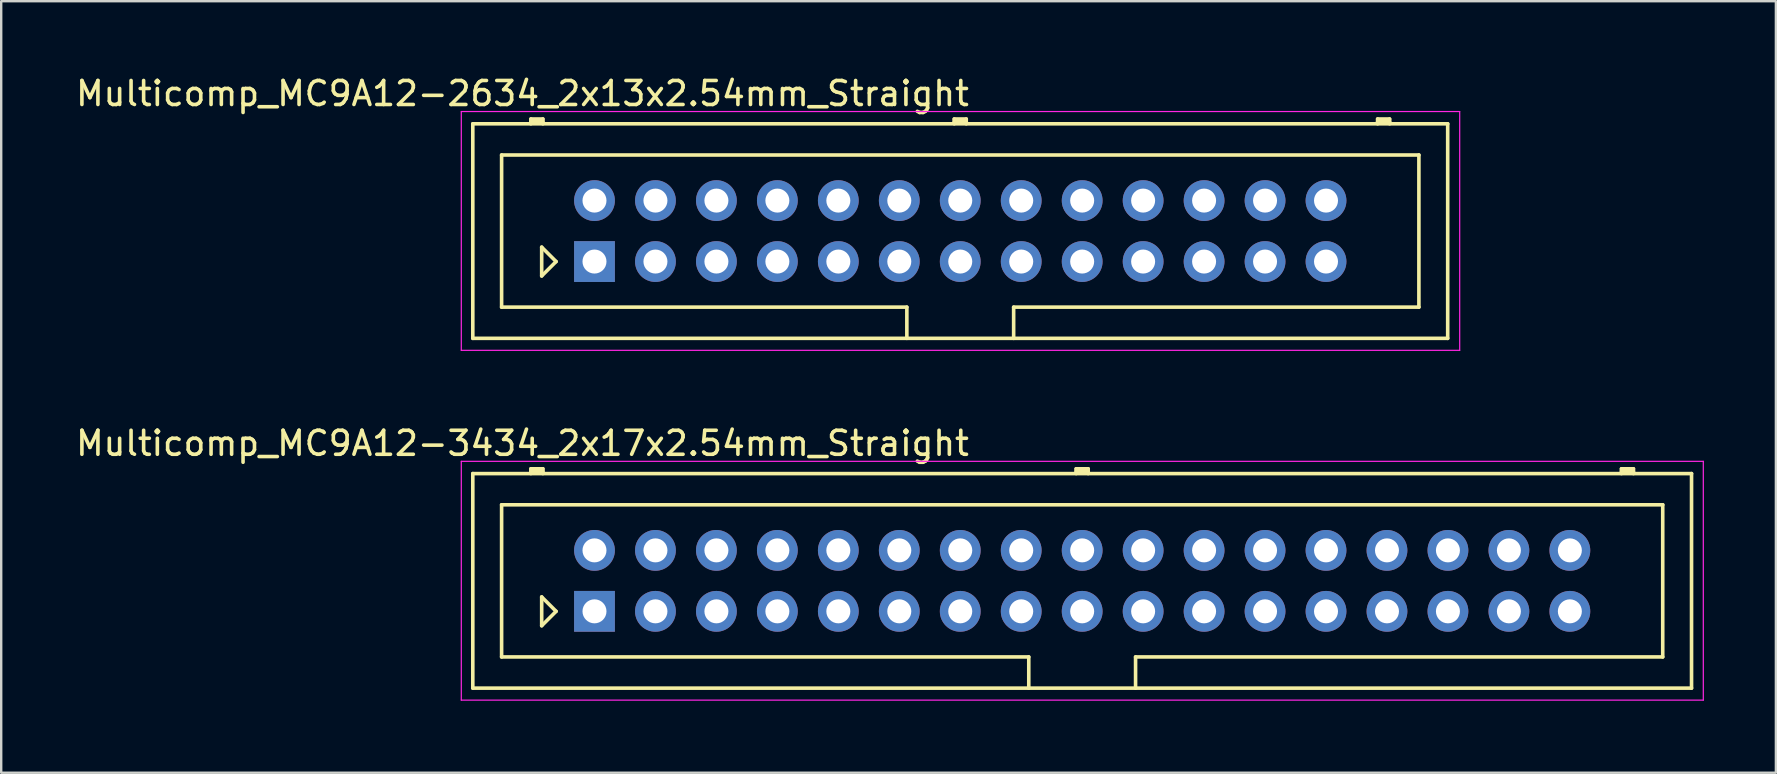
<source format=kicad_pcb>
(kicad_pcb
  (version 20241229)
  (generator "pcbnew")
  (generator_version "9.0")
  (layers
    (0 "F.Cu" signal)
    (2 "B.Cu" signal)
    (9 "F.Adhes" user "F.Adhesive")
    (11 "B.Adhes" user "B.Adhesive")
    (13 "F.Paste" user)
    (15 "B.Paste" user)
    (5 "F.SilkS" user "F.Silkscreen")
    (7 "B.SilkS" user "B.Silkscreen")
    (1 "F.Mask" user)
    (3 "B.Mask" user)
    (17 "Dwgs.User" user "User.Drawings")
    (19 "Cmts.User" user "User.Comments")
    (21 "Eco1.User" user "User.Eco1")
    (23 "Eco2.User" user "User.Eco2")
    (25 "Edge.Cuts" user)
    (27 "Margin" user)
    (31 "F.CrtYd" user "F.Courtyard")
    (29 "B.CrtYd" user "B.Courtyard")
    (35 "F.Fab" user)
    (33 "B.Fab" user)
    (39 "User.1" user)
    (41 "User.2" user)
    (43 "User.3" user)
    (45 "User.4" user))
  (footprint "Multicomp_MC9A12-2634_2x13x2.54mm_Straight"
    (layer "F.Cu")
    (at 21.72 7.848)
    (property "Reference" "Multicomp_MC9A12-2634_2x13x2.54mm_Straight" (at -3 -7 0) (layer "F.SilkS") (effects (font (size 1 1) (thickness 0.15))))
    (attr through_hole)
    (fp_line (start -5.07 -5.74) (end 35.55 -5.74) (stroke (width 0.15) (type solid)) (layer "F.SilkS"))
    (fp_line (start -5.07 3.2) (end -5.07 -5.74) (stroke (width 0.15) (type solid)) (layer "F.SilkS"))
    (fp_line (start -3.87 -4.44) (end 34.35 -4.44) (stroke (width 0.15) (type solid)) (layer "F.SilkS"))
    (fp_line (start -3.87 1.9) (end -3.87 -4.44) (stroke (width 0.15) (type solid)) (layer "F.SilkS"))
    (fp_line (start -2.65 -5.94) (end -2.15 -5.94) (stroke (width 0.15) (type solid)) (layer "F.SilkS"))
    (fp_line (start -2.65 -5.84) (end -2.15 -5.84) (stroke (width 0.15) (type solid)) (layer "F.SilkS"))
    (fp_line (start -2.65 -5.74) (end -2.65 -5.94) (stroke (width 0.15) (type solid)) (layer "F.SilkS"))
    (fp_line (start -2.2 -0.6) (end -1.6 0) (stroke (width 0.15) (type solid)) (layer "F.SilkS"))
    (fp_line (start -2.2 0.6) (end -2.2 -0.6) (stroke (width 0.15) (type solid)) (layer "F.SilkS"))
    (fp_line (start -2.15 -5.94) (end -2.15 -5.74) (stroke (width 0.15) (type solid)) (layer "F.SilkS"))
    (fp_line (start -1.6 0) (end -2.2 0.6) (stroke (width 0.15) (type solid)) (layer "F.SilkS"))
    (fp_line (start 13.015 1.9) (end -3.87 1.9) (stroke (width 0.15) (type solid)) (layer "F.SilkS"))
    (fp_line (start 13.015 3.2) (end 13.015 1.9) (stroke (width 0.15) (type solid)) (layer "F.SilkS"))
    (fp_line (start 14.99 -5.94) (end 15.49 -5.94) (stroke (width 0.15) (type solid)) (layer "F.SilkS"))
    (fp_line (start 14.99 -5.84) (end 15.49 -5.84) (stroke (width 0.15) (type solid)) (layer "F.SilkS"))
    (fp_line (start 14.99 -5.74) (end 14.99 -5.94) (stroke (width 0.15) (type solid)) (layer "F.SilkS"))
    (fp_line (start 15.49 -5.94) (end 15.49 -5.74) (stroke (width 0.15) (type solid)) (layer "F.SilkS"))
    (fp_line (start 17.465 1.9) (end 17.465 3.2) (stroke (width 0.15) (type solid)) (layer "F.SilkS"))
    (fp_line (start 32.63 -5.94) (end 33.13 -5.94) (stroke (width 0.15) (type solid)) (layer "F.SilkS"))
    (fp_line (start 32.63 -5.84) (end 33.13 -5.84) (stroke (width 0.15) (type solid)) (layer "F.SilkS"))
    (fp_line (start 32.63 -5.74) (end 32.63 -5.94) (stroke (width 0.15) (type solid)) (layer "F.SilkS"))
    (fp_line (start 33.13 -5.94) (end 33.13 -5.74) (stroke (width 0.15) (type solid)) (layer "F.SilkS"))
    (fp_line (start 34.35 -4.44) (end 34.35 1.9) (stroke (width 0.15) (type solid)) (layer "F.SilkS"))
    (fp_line (start 34.35 1.9) (end 17.465 1.9) (stroke (width 0.15) (type solid)) (layer "F.SilkS"))
    (fp_line (start 35.55 -5.74) (end 35.55 3.2) (stroke (width 0.15) (type solid)) (layer "F.SilkS"))
    (fp_line (start 35.55 3.2) (end -5.07 3.2) (stroke (width 0.15) (type solid)) (layer "F.SilkS"))
    (fp_line (start -5.55 -6.25) (end 36.05 -6.25) (stroke (width 0.05) (type solid)) (layer "F.CrtYd"))
    (fp_line (start -5.55 3.7) (end -5.55 -6.25) (stroke (width 0.05) (type solid)) (layer "F.CrtYd"))
    (fp_line (start 36.05 -6.25) (end 36.05 3.7) (stroke (width 0.05) (type solid)) (layer "F.CrtYd"))
    (fp_line (start 36.05 3.7) (end -5.55 3.7) (stroke (width 0.05) (type solid)) (layer "F.CrtYd"))
    (pad "1" thru_hole rect (at 0 0) (size 1.7 1.7) (drill 1) (layers "*.Cu" "*.Mask"))
    (pad "2" thru_hole circle (at 0 -2.54) (size 1.7 1.7) (drill 1) (layers "*.Cu" "*.Mask"))
    (pad "3" thru_hole circle (at 2.54 0) (size 1.7 1.7) (drill 1) (layers "*.Cu" "*.Mask"))
    (pad "4" thru_hole circle (at 2.54 -2.54) (size 1.7 1.7) (drill 1) (layers "*.Cu" "*.Mask"))
    (pad "5" thru_hole circle (at 5.08 0) (size 1.7 1.7) (drill 1) (layers "*.Cu" "*.Mask"))
    (pad "6" thru_hole circle (at 5.08 -2.54) (size 1.7 1.7) (drill 1) (layers "*.Cu" "*.Mask"))
    (pad "7" thru_hole circle (at 7.62 0) (size 1.7 1.7) (drill 1) (layers "*.Cu" "*.Mask"))
    (pad "8" thru_hole circle (at 7.62 -2.54) (size 1.7 1.7) (drill 1) (layers "*.Cu" "*.Mask"))
    (pad "9" thru_hole circle (at 10.16 0) (size 1.7 1.7) (drill 1) (layers "*.Cu" "*.Mask"))
    (pad "10" thru_hole circle (at 10.16 -2.54) (size 1.7 1.7) (drill 1) (layers "*.Cu" "*.Mask"))
    (pad "11" thru_hole circle (at 12.7 0) (size 1.7 1.7) (drill 1) (layers "*.Cu" "*.Mask"))
    (pad "12" thru_hole circle (at 12.7 -2.54) (size 1.7 1.7) (drill 1) (layers "*.Cu" "*.Mask"))
    (pad "13" thru_hole circle (at 15.24 0) (size 1.7 1.7) (drill 1) (layers "*.Cu" "*.Mask"))
    (pad "14" thru_hole circle (at 15.24 -2.54) (size 1.7 1.7) (drill 1) (layers "*.Cu" "*.Mask"))
    (pad "15" thru_hole circle (at 17.78 0) (size 1.7 1.7) (drill 1) (layers "*.Cu" "*.Mask"))
    (pad "16" thru_hole circle (at 17.78 -2.54) (size 1.7 1.7) (drill 1) (layers "*.Cu" "*.Mask"))
    (pad "17" thru_hole circle (at 20.32 0) (size 1.7 1.7) (drill 1) (layers "*.Cu" "*.Mask"))
    (pad "18" thru_hole circle (at 20.32 -2.54) (size 1.7 1.7) (drill 1) (layers "*.Cu" "*.Mask"))
    (pad "19" thru_hole circle (at 22.86 0) (size 1.7 1.7) (drill 1) (layers "*.Cu" "*.Mask"))
    (pad "20" thru_hole circle (at 22.86 -2.54) (size 1.7 1.7) (drill 1) (layers "*.Cu" "*.Mask"))
    (pad "21" thru_hole circle (at 25.4 0) (size 1.7 1.7) (drill 1) (layers "*.Cu" "*.Mask"))
    (pad "22" thru_hole circle (at 25.4 -2.54) (size 1.7 1.7) (drill 1) (layers "*.Cu" "*.Mask"))
    (pad "23" thru_hole circle (at 27.94 0) (size 1.7 1.7) (drill 1) (layers "*.Cu" "*.Mask"))
    (pad "24" thru_hole circle (at 27.94 -2.54) (size 1.7 1.7) (drill 1) (layers "*.Cu" "*.Mask"))
    (pad "25" thru_hole circle (at 30.48 0) (size 1.7 1.7) (drill 1) (layers "*.Cu" "*.Mask"))
    (pad "26" thru_hole circle (at 30.48 -2.54) (size 1.7 1.7) (drill 1) (layers "*.Cu" "*.Mask")))
  (footprint "Multicomp_MC9A12-3434_2x17x2.54mm_Straight"
    (layer "F.Cu")
    (at 21.72 22.422)
    (property "Reference" "Multicomp_MC9A12-3434_2x17x2.54mm_Straight" (at -3 -7 0) (layer "F.SilkS") (effects (font (size 1 1) (thickness 0.15))))
    (attr through_hole)
    (fp_line (start -5.07 -5.74) (end 45.71 -5.74) (stroke (width 0.15) (type solid)) (layer "F.SilkS"))
    (fp_line (start -5.07 3.2) (end -5.07 -5.74) (stroke (width 0.15) (type solid)) (layer "F.SilkS"))
    (fp_line (start -3.87 -4.44) (end 44.51 -4.44) (stroke (width 0.15) (type solid)) (layer "F.SilkS"))
    (fp_line (start -3.87 1.9) (end -3.87 -4.44) (stroke (width 0.15) (type solid)) (layer "F.SilkS"))
    (fp_line (start -2.65 -5.94) (end -2.15 -5.94) (stroke (width 0.15) (type solid)) (layer "F.SilkS"))
    (fp_line (start -2.65 -5.84) (end -2.15 -5.84) (stroke (width 0.15) (type solid)) (layer "F.SilkS"))
    (fp_line (start -2.65 -5.74) (end -2.65 -5.94) (stroke (width 0.15) (type solid)) (layer "F.SilkS"))
    (fp_line (start -2.2 -0.6) (end -1.6 0) (stroke (width 0.15) (type solid)) (layer "F.SilkS"))
    (fp_line (start -2.2 0.6) (end -2.2 -0.6) (stroke (width 0.15) (type solid)) (layer "F.SilkS"))
    (fp_line (start -2.15 -5.94) (end -2.15 -5.74) (stroke (width 0.15) (type solid)) (layer "F.SilkS"))
    (fp_line (start -1.6 0) (end -2.2 0.6) (stroke (width 0.15) (type solid)) (layer "F.SilkS"))
    (fp_line (start 18.095 1.9) (end -3.87 1.9) (stroke (width 0.15) (type solid)) (layer "F.SilkS"))
    (fp_line (start 18.095 3.2) (end 18.095 1.9) (stroke (width 0.15) (type solid)) (layer "F.SilkS"))
    (fp_line (start 20.07 -5.94) (end 20.57 -5.94) (stroke (width 0.15) (type solid)) (layer "F.SilkS"))
    (fp_line (start 20.07 -5.84) (end 20.57 -5.84) (stroke (width 0.15) (type solid)) (layer "F.SilkS"))
    (fp_line (start 20.07 -5.74) (end 20.07 -5.94) (stroke (width 0.15) (type solid)) (layer "F.SilkS"))
    (fp_line (start 20.57 -5.94) (end 20.57 -5.74) (stroke (width 0.15) (type solid)) (layer "F.SilkS"))
    (fp_line (start 22.545 1.9) (end 22.545 3.2) (stroke (width 0.15) (type solid)) (layer "F.SilkS"))
    (fp_line (start 42.79 -5.94) (end 43.29 -5.94) (stroke (width 0.15) (type solid)) (layer "F.SilkS"))
    (fp_line (start 42.79 -5.84) (end 43.29 -5.84) (stroke (width 0.15) (type solid)) (layer "F.SilkS"))
    (fp_line (start 42.79 -5.74) (end 42.79 -5.94) (stroke (width 0.15) (type solid)) (layer "F.SilkS"))
    (fp_line (start 43.29 -5.94) (end 43.29 -5.74) (stroke (width 0.15) (type solid)) (layer "F.SilkS"))
    (fp_line (start 44.51 -4.44) (end 44.51 1.9) (stroke (width 0.15) (type solid)) (layer "F.SilkS"))
    (fp_line (start 44.51 1.9) (end 22.545 1.9) (stroke (width 0.15) (type solid)) (layer "F.SilkS"))
    (fp_line (start 45.71 -5.74) (end 45.71 3.2) (stroke (width 0.15) (type solid)) (layer "F.SilkS"))
    (fp_line (start 45.71 3.2) (end -5.07 3.2) (stroke (width 0.15) (type solid)) (layer "F.SilkS"))
    (fp_line (start -5.55 -6.25) (end 46.2 -6.25) (stroke (width 0.05) (type solid)) (layer "F.CrtYd"))
    (fp_line (start -5.55 3.7) (end -5.55 -6.25) (stroke (width 0.05) (type solid)) (layer "F.CrtYd"))
    (fp_line (start 46.2 -6.25) (end 46.2 3.7) (stroke (width 0.05) (type solid)) (layer "F.CrtYd"))
    (fp_line (start 46.2 3.7) (end -5.55 3.7) (stroke (width 0.05) (type solid)) (layer "F.CrtYd"))
    (pad "1" thru_hole rect (at 0 0) (size 1.7 1.7) (drill 1) (layers "*.Cu" "*.Mask"))
    (pad "2" thru_hole circle (at 0 -2.54) (size 1.7 1.7) (drill 1) (layers "*.Cu" "*.Mask"))
    (pad "3" thru_hole circle (at 2.54 0) (size 1.7 1.7) (drill 1) (layers "*.Cu" "*.Mask"))
    (pad "4" thru_hole circle (at 2.54 -2.54) (size 1.7 1.7) (drill 1) (layers "*.Cu" "*.Mask"))
    (pad "5" thru_hole circle (at 5.08 0) (size 1.7 1.7) (drill 1) (layers "*.Cu" "*.Mask"))
    (pad "6" thru_hole circle (at 5.08 -2.54) (size 1.7 1.7) (drill 1) (layers "*.Cu" "*.Mask"))
    (pad "7" thru_hole circle (at 7.62 0) (size 1.7 1.7) (drill 1) (layers "*.Cu" "*.Mask"))
    (pad "8" thru_hole circle (at 7.62 -2.54) (size 1.7 1.7) (drill 1) (layers "*.Cu" "*.Mask"))
    (pad "9" thru_hole circle (at 10.16 0) (size 1.7 1.7) (drill 1) (layers "*.Cu" "*.Mask"))
    (pad "10" thru_hole circle (at 10.16 -2.54) (size 1.7 1.7) (drill 1) (layers "*.Cu" "*.Mask"))
    (pad "11" thru_hole circle (at 12.7 0) (size 1.7 1.7) (drill 1) (layers "*.Cu" "*.Mask"))
    (pad "12" thru_hole circle (at 12.7 -2.54) (size 1.7 1.7) (drill 1) (layers "*.Cu" "*.Mask"))
    (pad "13" thru_hole circle (at 15.24 0) (size 1.7 1.7) (drill 1) (layers "*.Cu" "*.Mask"))
    (pad "14" thru_hole circle (at 15.24 -2.54) (size 1.7 1.7) (drill 1) (layers "*.Cu" "*.Mask"))
    (pad "15" thru_hole circle (at 17.78 0) (size 1.7 1.7) (drill 1) (layers "*.Cu" "*.Mask"))
    (pad "16" thru_hole circle (at 17.78 -2.54) (size 1.7 1.7) (drill 1) (layers "*.Cu" "*.Mask"))
    (pad "17" thru_hole circle (at 20.32 0) (size 1.7 1.7) (drill 1) (layers "*.Cu" "*.Mask"))
    (pad "18" thru_hole circle (at 20.32 -2.54) (size 1.7 1.7) (drill 1) (layers "*.Cu" "*.Mask"))
    (pad "19" thru_hole circle (at 22.86 0) (size 1.7 1.7) (drill 1) (layers "*.Cu" "*.Mask"))
    (pad "20" thru_hole circle (at 22.86 -2.54) (size 1.7 1.7) (drill 1) (layers "*.Cu" "*.Mask"))
    (pad "21" thru_hole circle (at 25.4 0) (size 1.7 1.7) (drill 1) (layers "*.Cu" "*.Mask"))
    (pad "22" thru_hole circle (at 25.4 -2.54) (size 1.7 1.7) (drill 1) (layers "*.Cu" "*.Mask"))
    (pad "23" thru_hole circle (at 27.94 0) (size 1.7 1.7) (drill 1) (layers "*.Cu" "*.Mask"))
    (pad "24" thru_hole circle (at 27.94 -2.54) (size 1.7 1.7) (drill 1) (layers "*.Cu" "*.Mask"))
    (pad "25" thru_hole circle (at 30.48 0) (size 1.7 1.7) (drill 1) (layers "*.Cu" "*.Mask"))
    (pad "26" thru_hole circle (at 30.48 -2.54) (size 1.7 1.7) (drill 1) (layers "*.Cu" "*.Mask"))
    (pad "27" thru_hole circle (at 33.02 0) (size 1.7 1.7) (drill 1) (layers "*.Cu" "*.Mask"))
    (pad "28" thru_hole circle (at 33.02 -2.54) (size 1.7 1.7) (drill 1) (layers "*.Cu" "*.Mask"))
    (pad "29" thru_hole circle (at 35.56 0) (size 1.7 1.7) (drill 1) (layers "*.Cu" "*.Mask"))
    (pad "30" thru_hole circle (at 35.56 -2.54) (size 1.7 1.7) (drill 1) (layers "*.Cu" "*.Mask"))
    (pad "31" thru_hole circle (at 38.1 0) (size 1.7 1.7) (drill 1) (layers "*.Cu" "*.Mask"))
    (pad "32" thru_hole circle (at 38.1 -2.54) (size 1.7 1.7) (drill 1) (layers "*.Cu" "*.Mask"))
    (pad "33" thru_hole circle (at 40.64 0) (size 1.7 1.7) (drill 1) (layers "*.Cu" "*.Mask"))
    (pad "34" thru_hole circle (at 40.64 -2.54) (size 1.7 1.7) (drill 1) (layers "*.Cu" "*.Mask")))
  (gr_rect
    (start -3 -3)
    (end 70.945 29.146)
    (stroke (width 0.1) (type default))
    (fill no)
    (layer "Edge.Cuts")))
</source>
